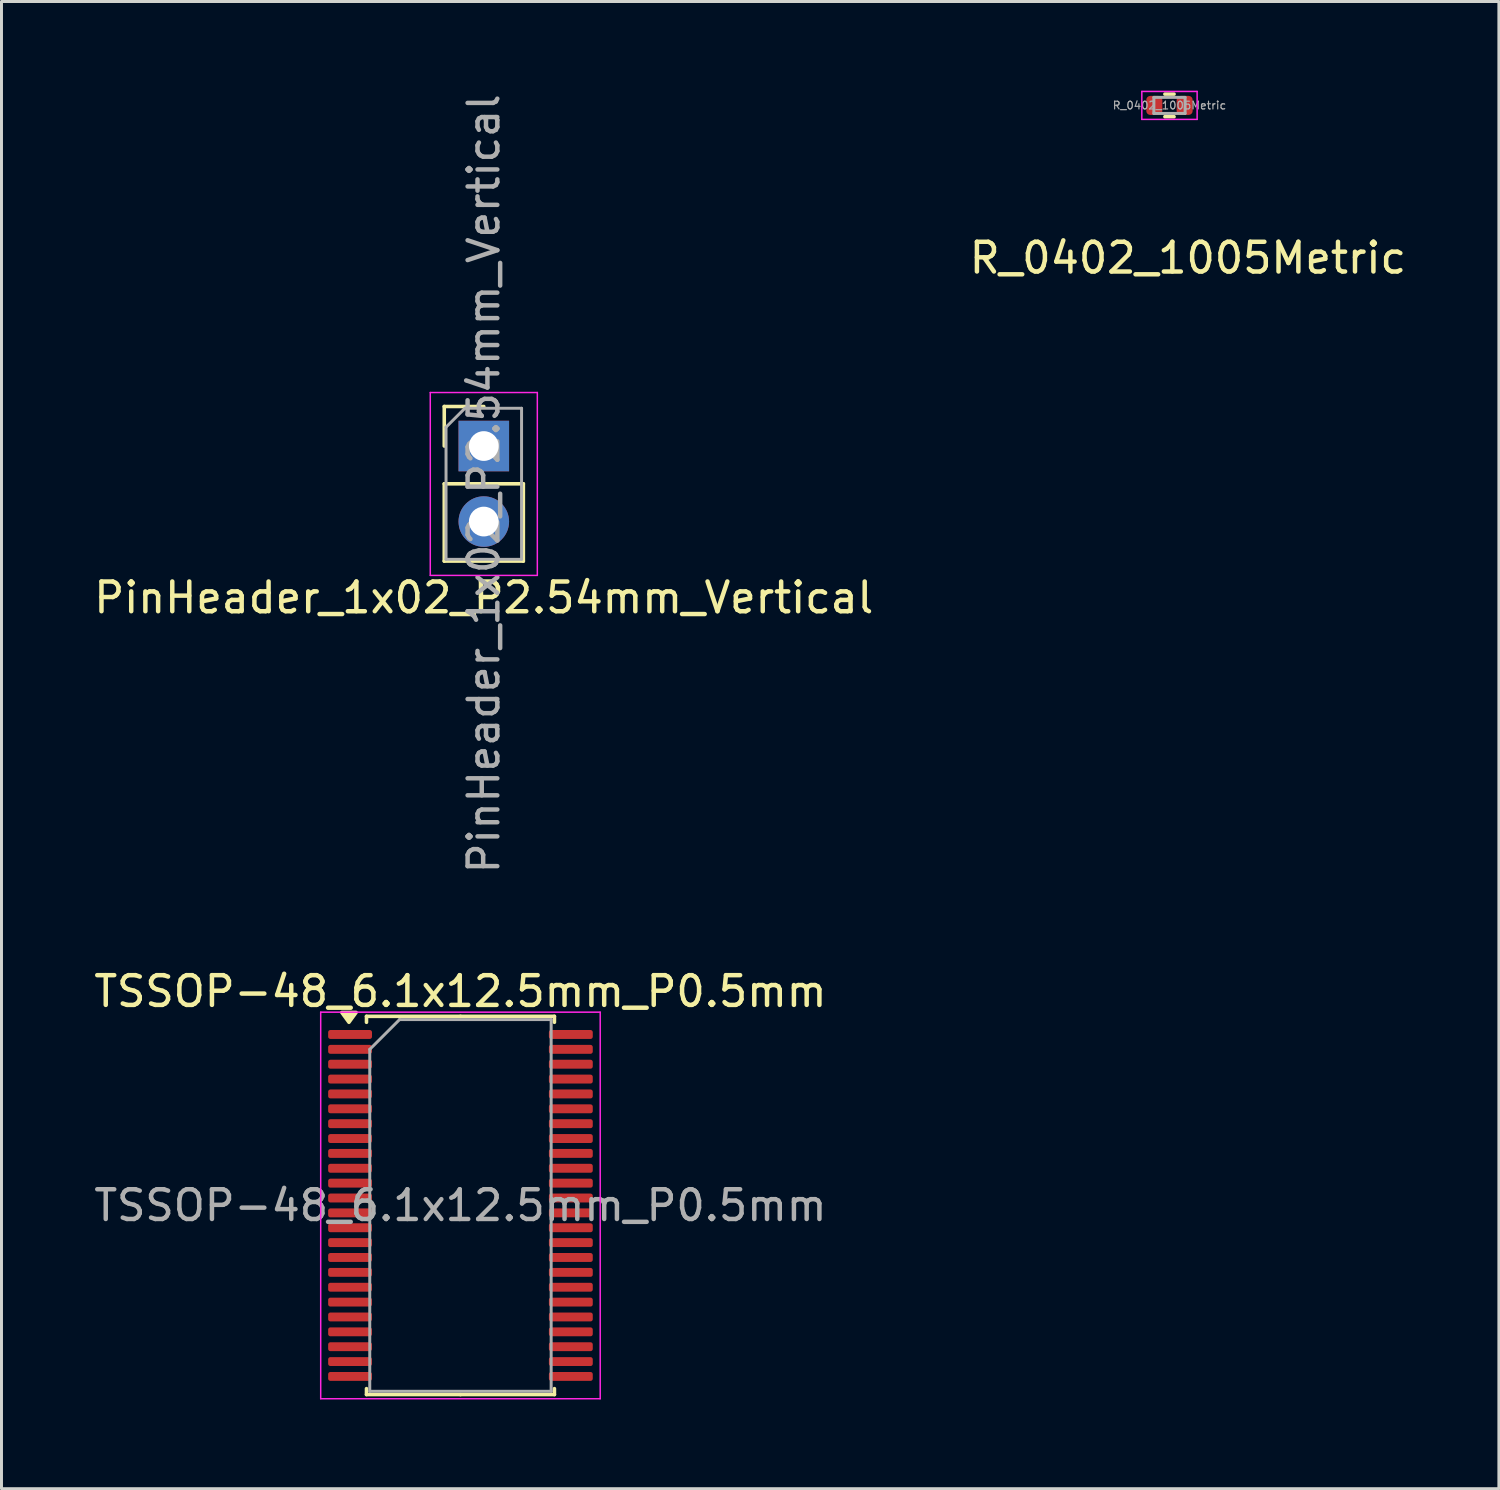
<source format=kicad_pcb>
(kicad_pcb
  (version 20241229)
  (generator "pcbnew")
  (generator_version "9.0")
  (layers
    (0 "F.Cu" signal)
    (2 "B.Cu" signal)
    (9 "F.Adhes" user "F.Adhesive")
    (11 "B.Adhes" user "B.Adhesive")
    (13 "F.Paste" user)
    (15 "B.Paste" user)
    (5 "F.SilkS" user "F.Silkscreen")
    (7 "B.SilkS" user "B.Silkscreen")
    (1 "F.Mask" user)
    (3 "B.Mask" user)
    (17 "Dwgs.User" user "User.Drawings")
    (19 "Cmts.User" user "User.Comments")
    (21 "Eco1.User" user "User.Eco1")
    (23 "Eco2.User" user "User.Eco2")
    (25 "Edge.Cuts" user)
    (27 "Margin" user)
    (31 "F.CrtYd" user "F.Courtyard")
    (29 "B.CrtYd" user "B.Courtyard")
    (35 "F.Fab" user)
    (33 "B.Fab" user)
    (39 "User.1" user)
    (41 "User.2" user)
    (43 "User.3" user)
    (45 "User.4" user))
  (footprint "R_0402_1005Metric"
    (layer "F.Cu")
    (at 36.279 0.495)
    (property "Reference" "R_0402_1005Metric" (at 0.62 5.13 0) (layer "F.SilkS") (effects (font (size 1 1) (thickness 0.15))))
    (attr smd)
    (fp_line (start -0.154 -0.38) (end 0.154 -0.38) (stroke (width 0.12) (type solid)) (layer "F.SilkS"))
    (fp_line (start -0.154 0.38) (end 0.154 0.38) (stroke (width 0.12) (type solid)) (layer "F.SilkS"))
    (fp_line (start -0.93 -0.47) (end 0.93 -0.47) (stroke (width 0.05) (type solid)) (layer "F.CrtYd"))
    (fp_line (start -0.93 0.47) (end -0.93 -0.47) (stroke (width 0.05) (type solid)) (layer "F.CrtYd"))
    (fp_line (start 0.93 -0.47) (end 0.93 0.47) (stroke (width 0.05) (type solid)) (layer "F.CrtYd"))
    (fp_line (start 0.93 0.47) (end -0.93 0.47) (stroke (width 0.05) (type solid)) (layer "F.CrtYd"))
    (fp_line (start -0.525 -0.27) (end 0.525 -0.27) (stroke (width 0.1) (type solid)) (layer "F.Fab"))
    (fp_line (start -0.525 0.27) (end -0.525 -0.27) (stroke (width 0.1) (type solid)) (layer "F.Fab"))
    (fp_line (start 0.525 -0.27) (end 0.525 0.27) (stroke (width 0.1) (type solid)) (layer "F.Fab"))
    (fp_line (start 0.525 0.27) (end -0.525 0.27) (stroke (width 0.1) (type solid)) (layer "F.Fab"))
    (fp_text user "${REFERENCE}" (at 0 0 0) (layer "F.Fab") (effects (font (size 0.26 0.26) (thickness 0.04))))
    (pad "1" smd roundrect (at -0.51 0) (size 0.54 0.64) (layers "F.Cu" "F.Mask" "F.Paste") (roundrect_rratio 0.25))
    (pad "2" smd roundrect (at 0.51 0) (size 0.54 0.64) (layers "F.Cu" "F.Mask" "F.Paste") (roundrect_rratio 0.25)))
  (footprint "TSSOP-48_6.1x12.5mm_P0.5mm"
    (layer "F.Cu")
    (at 12.435 37.489)
    (property "Reference" "TSSOP-48_6.1x12.5mm_P0.5mm" (at 0 -7.2 180) (layer "F.SilkS") (effects (font (size 1 1) (thickness 0.15))))
    (attr smd)
    (fp_line (start -3.16 -6.36) (end -3.16 -6.16) (stroke (width 0.12) (type solid)) (layer "F.SilkS"))
    (fp_line (start -3.16 6.36) (end -3.16 6.16) (stroke (width 0.12) (type solid)) (layer "F.SilkS"))
    (fp_line (start 0 -6.36) (end -3.16 -6.36) (stroke (width 0.12) (type solid)) (layer "F.SilkS"))
    (fp_line (start 0 -6.36) (end 3.16 -6.36) (stroke (width 0.12) (type solid)) (layer "F.SilkS"))
    (fp_line (start 0 6.36) (end -3.16 6.36) (stroke (width 0.12) (type solid)) (layer "F.SilkS"))
    (fp_line (start 0 6.36) (end 3.16 6.36) (stroke (width 0.12) (type solid)) (layer "F.SilkS"))
    (fp_line (start 3.16 -6.36) (end 3.16 -6.16) (stroke (width 0.12) (type solid)) (layer "F.SilkS"))
    (fp_line (start 3.16 6.36) (end 3.16 6.16) (stroke (width 0.12) (type solid)) (layer "F.SilkS"))
    (fp_poly (pts (xy -3.75 -6.16) (xy -3.99 -6.49) (xy -3.51 -6.49) (xy -3.75 -6.16)) (stroke (width 0.12) (type solid)) (fill yes) (layer "F.SilkS"))
    (fp_line (start -4.7 -6.5) (end -4.7 6.5) (stroke (width 0.05) (type solid)) (layer "F.CrtYd"))
    (fp_line (start -4.7 6.5) (end 4.7 6.5) (stroke (width 0.05) (type solid)) (layer "F.CrtYd"))
    (fp_line (start 4.7 -6.5) (end -4.7 -6.5) (stroke (width 0.05) (type solid)) (layer "F.CrtYd"))
    (fp_line (start 4.7 6.5) (end 4.7 -6.5) (stroke (width 0.05) (type solid)) (layer "F.CrtYd"))
    (fp_line (start -3.05 -5.25) (end -2.05 -6.25) (stroke (width 0.1) (type solid)) (layer "F.Fab"))
    (fp_line (start -3.05 6.25) (end -3.05 -5.25) (stroke (width 0.1) (type solid)) (layer "F.Fab"))
    (fp_line (start -2.05 -6.25) (end 3.05 -6.25) (stroke (width 0.1) (type solid)) (layer "F.Fab"))
    (fp_line (start 3.05 -6.25) (end 3.05 6.25) (stroke (width 0.1) (type solid)) (layer "F.Fab"))
    (fp_line (start 3.05 6.25) (end -3.05 6.25) (stroke (width 0.1) (type solid)) (layer "F.Fab"))
    (fp_text user "${REFERENCE}" (at 0 0 180) (layer "F.Fab") (effects (font (size 1 1) (thickness 0.15))))
    (pad "1" smd roundrect (at -3.712 -5.75) (size 1.475 0.3) (layers "F.Cu" "F.Mask" "F.Paste") (roundrect_rratio 0.25))
    (pad "2" smd roundrect (at -3.712 -5.25) (size 1.475 0.3) (layers "F.Cu" "F.Mask" "F.Paste") (roundrect_rratio 0.25))
    (pad "3" smd roundrect (at -3.712 -4.75) (size 1.475 0.3) (layers "F.Cu" "F.Mask" "F.Paste") (roundrect_rratio 0.25))
    (pad "4" smd roundrect (at -3.712 -4.25) (size 1.475 0.3) (layers "F.Cu" "F.Mask" "F.Paste") (roundrect_rratio 0.25))
    (pad "5" smd roundrect (at -3.712 -3.75) (size 1.475 0.3) (layers "F.Cu" "F.Mask" "F.Paste") (roundrect_rratio 0.25))
    (pad "6" smd roundrect (at -3.712 -3.25) (size 1.475 0.3) (layers "F.Cu" "F.Mask" "F.Paste") (roundrect_rratio 0.25))
    (pad "7" smd roundrect (at -3.712 -2.75) (size 1.475 0.3) (layers "F.Cu" "F.Mask" "F.Paste") (roundrect_rratio 0.25))
    (pad "8" smd roundrect (at -3.712 -2.25) (size 1.475 0.3) (layers "F.Cu" "F.Mask" "F.Paste") (roundrect_rratio 0.25))
    (pad "9" smd roundrect (at -3.712 -1.75) (size 1.475 0.3) (layers "F.Cu" "F.Mask" "F.Paste") (roundrect_rratio 0.25))
    (pad "10" smd roundrect (at -3.712 -1.25) (size 1.475 0.3) (layers "F.Cu" "F.Mask" "F.Paste") (roundrect_rratio 0.25))
    (pad "11" smd roundrect (at -3.712 -0.75) (size 1.475 0.3) (layers "F.Cu" "F.Mask" "F.Paste") (roundrect_rratio 0.25))
    (pad "12" smd roundrect (at -3.712 -0.25) (size 1.475 0.3) (layers "F.Cu" "F.Mask" "F.Paste") (roundrect_rratio 0.25))
    (pad "13" smd roundrect (at -3.712 0.25) (size 1.475 0.3) (layers "F.Cu" "F.Mask" "F.Paste") (roundrect_rratio 0.25))
    (pad "14" smd roundrect (at -3.712 0.75) (size 1.475 0.3) (layers "F.Cu" "F.Mask" "F.Paste") (roundrect_rratio 0.25))
    (pad "15" smd roundrect (at -3.712 1.25) (size 1.475 0.3) (layers "F.Cu" "F.Mask" "F.Paste") (roundrect_rratio 0.25))
    (pad "16" smd roundrect (at -3.712 1.75) (size 1.475 0.3) (layers "F.Cu" "F.Mask" "F.Paste") (roundrect_rratio 0.25))
    (pad "17" smd roundrect (at -3.712 2.25) (size 1.475 0.3) (layers "F.Cu" "F.Mask" "F.Paste") (roundrect_rratio 0.25))
    (pad "18" smd roundrect (at -3.712 2.75) (size 1.475 0.3) (layers "F.Cu" "F.Mask" "F.Paste") (roundrect_rratio 0.25))
    (pad "19" smd roundrect (at -3.712 3.25) (size 1.475 0.3) (layers "F.Cu" "F.Mask" "F.Paste") (roundrect_rratio 0.25))
    (pad "20" smd roundrect (at -3.712 3.75) (size 1.475 0.3) (layers "F.Cu" "F.Mask" "F.Paste") (roundrect_rratio 0.25))
    (pad "21" smd roundrect (at -3.712 4.25) (size 1.475 0.3) (layers "F.Cu" "F.Mask" "F.Paste") (roundrect_rratio 0.25))
    (pad "22" smd roundrect (at -3.712 4.75) (size 1.475 0.3) (layers "F.Cu" "F.Mask" "F.Paste") (roundrect_rratio 0.25))
    (pad "23" smd roundrect (at -3.712 5.25) (size 1.475 0.3) (layers "F.Cu" "F.Mask" "F.Paste") (roundrect_rratio 0.25))
    (pad "24" smd roundrect (at -3.712 5.75) (size 1.475 0.3) (layers "F.Cu" "F.Mask" "F.Paste") (roundrect_rratio 0.25))
    (pad "25" smd roundrect (at 3.712 5.75) (size 1.475 0.3) (layers "F.Cu" "F.Mask" "F.Paste") (roundrect_rratio 0.25))
    (pad "26" smd roundrect (at 3.712 5.25) (size 1.475 0.3) (layers "F.Cu" "F.Mask" "F.Paste") (roundrect_rratio 0.25))
    (pad "27" smd roundrect (at 3.712 4.75) (size 1.475 0.3) (layers "F.Cu" "F.Mask" "F.Paste") (roundrect_rratio 0.25))
    (pad "28" smd roundrect (at 3.712 4.25) (size 1.475 0.3) (layers "F.Cu" "F.Mask" "F.Paste") (roundrect_rratio 0.25))
    (pad "29" smd roundrect (at 3.712 3.75) (size 1.475 0.3) (layers "F.Cu" "F.Mask" "F.Paste") (roundrect_rratio 0.25))
    (pad "30" smd roundrect (at 3.712 3.25) (size 1.475 0.3) (layers "F.Cu" "F.Mask" "F.Paste") (roundrect_rratio 0.25))
    (pad "31" smd roundrect (at 3.712 2.75) (size 1.475 0.3) (layers "F.Cu" "F.Mask" "F.Paste") (roundrect_rratio 0.25))
    (pad "32" smd roundrect (at 3.712 2.25) (size 1.475 0.3) (layers "F.Cu" "F.Mask" "F.Paste") (roundrect_rratio 0.25))
    (pad "33" smd roundrect (at 3.712 1.75) (size 1.475 0.3) (layers "F.Cu" "F.Mask" "F.Paste") (roundrect_rratio 0.25))
    (pad "34" smd roundrect (at 3.712 1.25) (size 1.475 0.3) (layers "F.Cu" "F.Mask" "F.Paste") (roundrect_rratio 0.25))
    (pad "35" smd roundrect (at 3.712 0.75) (size 1.475 0.3) (layers "F.Cu" "F.Mask" "F.Paste") (roundrect_rratio 0.25))
    (pad "36" smd roundrect (at 3.712 0.25) (size 1.475 0.3) (layers "F.Cu" "F.Mask" "F.Paste") (roundrect_rratio 0.25))
    (pad "37" smd roundrect (at 3.712 -0.25) (size 1.475 0.3) (layers "F.Cu" "F.Mask" "F.Paste") (roundrect_rratio 0.25))
    (pad "38" smd roundrect (at 3.712 -0.75) (size 1.475 0.3) (layers "F.Cu" "F.Mask" "F.Paste") (roundrect_rratio 0.25))
    (pad "39" smd roundrect (at 3.712 -1.25) (size 1.475 0.3) (layers "F.Cu" "F.Mask" "F.Paste") (roundrect_rratio 0.25))
    (pad "40" smd roundrect (at 3.712 -1.75) (size 1.475 0.3) (layers "F.Cu" "F.Mask" "F.Paste") (roundrect_rratio 0.25))
    (pad "41" smd roundrect (at 3.712 -2.25) (size 1.475 0.3) (layers "F.Cu" "F.Mask" "F.Paste") (roundrect_rratio 0.25))
    (pad "42" smd roundrect (at 3.712 -2.75) (size 1.475 0.3) (layers "F.Cu" "F.Mask" "F.Paste") (roundrect_rratio 0.25))
    (pad "43" smd roundrect (at 3.712 -3.25) (size 1.475 0.3) (layers "F.Cu" "F.Mask" "F.Paste") (roundrect_rratio 0.25))
    (pad "44" smd roundrect (at 3.712 -3.75) (size 1.475 0.3) (layers "F.Cu" "F.Mask" "F.Paste") (roundrect_rratio 0.25))
    (pad "45" smd roundrect (at 3.712 -4.25) (size 1.475 0.3) (layers "F.Cu" "F.Mask" "F.Paste") (roundrect_rratio 0.25))
    (pad "46" smd roundrect (at 3.712 -4.75) (size 1.475 0.3) (layers "F.Cu" "F.Mask" "F.Paste") (roundrect_rratio 0.25))
    (pad "47" smd roundrect (at 3.712 -5.25) (size 1.475 0.3) (layers "F.Cu" "F.Mask" "F.Paste") (roundrect_rratio 0.25))
    (pad "48" smd roundrect (at 3.712 -5.75) (size 1.475 0.3) (layers "F.Cu" "F.Mask" "F.Paste") (roundrect_rratio 0.25)))
  (footprint "PinHeader_1x02_P2.54mm_Vertical"
    (layer "F.Cu")
    (at 13.22 11.95)
    (property "Reference" "PinHeader_1x02_P2.54mm_Vertical" (at 0 5.1 180) (layer "F.SilkS") (effects (font (size 1 1) (thickness 0.15))))
    (attr through_hole)
    (fp_line (start -1.33 -1.33) (end 0 -1.33) (stroke (width 0.12) (type solid)) (layer "F.SilkS"))
    (fp_line (start -1.33 0) (end -1.33 -1.33) (stroke (width 0.12) (type solid)) (layer "F.SilkS"))
    (fp_line (start -1.33 1.27) (end -1.33 3.87) (stroke (width 0.12) (type solid)) (layer "F.SilkS"))
    (fp_line (start -1.33 1.27) (end 1.33 1.27) (stroke (width 0.12) (type solid)) (layer "F.SilkS"))
    (fp_line (start -1.33 3.87) (end 1.33 3.87) (stroke (width 0.12) (type solid)) (layer "F.SilkS"))
    (fp_line (start 1.33 1.27) (end 1.33 3.87) (stroke (width 0.12) (type solid)) (layer "F.SilkS"))
    (fp_line (start -1.8 -1.8) (end -1.8 4.35) (stroke (width 0.05) (type solid)) (layer "F.CrtYd"))
    (fp_line (start -1.8 4.35) (end 1.8 4.35) (stroke (width 0.05) (type solid)) (layer "F.CrtYd"))
    (fp_line (start 1.8 -1.8) (end -1.8 -1.8) (stroke (width 0.05) (type solid)) (layer "F.CrtYd"))
    (fp_line (start 1.8 4.35) (end 1.8 -1.8) (stroke (width 0.05) (type solid)) (layer "F.CrtYd"))
    (fp_line (start -1.27 -0.635) (end -0.635 -1.27) (stroke (width 0.1) (type solid)) (layer "F.Fab"))
    (fp_line (start -1.27 3.81) (end -1.27 -0.635) (stroke (width 0.1) (type solid)) (layer "F.Fab"))
    (fp_line (start -0.635 -1.27) (end 1.27 -1.27) (stroke (width 0.1) (type solid)) (layer "F.Fab"))
    (fp_line (start 1.27 -1.27) (end 1.27 3.81) (stroke (width 0.1) (type solid)) (layer "F.Fab"))
    (fp_line (start 1.27 3.81) (end -1.27 3.81) (stroke (width 0.1) (type solid)) (layer "F.Fab"))
    (fp_text user "${REFERENCE}" (at 0 1.27 90) (layer "F.Fab") (effects (font (size 1 1) (thickness 0.15))))
    (pad "1" thru_hole rect (at 0 0) (size 1.7 1.7) (drill 1) (layers "*.Cu" "*.Mask"))
    (pad "2" thru_hole oval (at 0 2.54) (size 1.7 1.7) (drill 1) (layers "*.Cu" "*.Mask")))
  (gr_rect
    (start -3 -3)
    (end 47.357 47.014)
    (stroke (width 0.1) (type default))
    (fill no)
    (layer "Edge.Cuts")))
</source>
